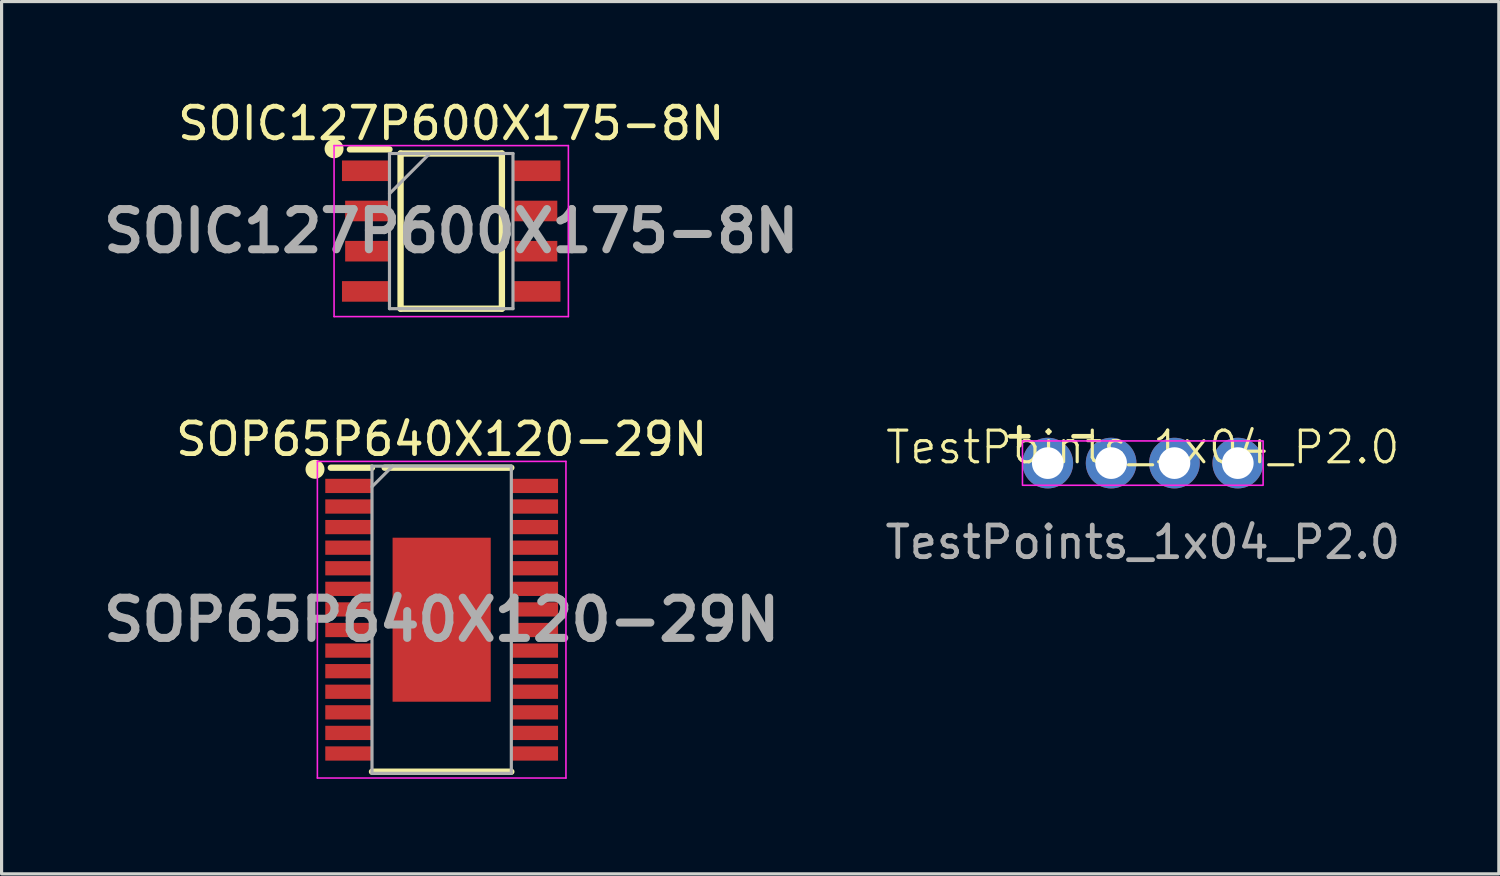
<source format=kicad_pcb>
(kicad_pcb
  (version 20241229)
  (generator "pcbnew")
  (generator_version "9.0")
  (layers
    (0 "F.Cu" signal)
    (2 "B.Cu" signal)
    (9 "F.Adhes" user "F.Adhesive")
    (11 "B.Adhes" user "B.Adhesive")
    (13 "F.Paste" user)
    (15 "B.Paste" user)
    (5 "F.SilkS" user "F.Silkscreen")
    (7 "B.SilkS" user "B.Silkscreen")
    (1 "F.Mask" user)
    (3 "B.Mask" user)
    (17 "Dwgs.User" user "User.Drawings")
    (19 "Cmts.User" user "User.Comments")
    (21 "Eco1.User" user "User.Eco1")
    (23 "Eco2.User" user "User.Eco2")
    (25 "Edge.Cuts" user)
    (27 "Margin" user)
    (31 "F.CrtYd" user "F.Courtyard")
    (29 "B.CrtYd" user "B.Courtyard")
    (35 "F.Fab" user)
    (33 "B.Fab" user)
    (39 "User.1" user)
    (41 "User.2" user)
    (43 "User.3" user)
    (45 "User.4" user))
  (footprint "SOP65P640X120-29N"
    (layer "F.Cu")
    (at 10.898 16.521)
    (property "Reference" "SOP65P640X120-29N" (at 0 -5.7 0) (layer "F.SilkS") (effects (font (size 1 1) (thickness 0.15))))
    (attr smd)
    (fp_line (start -3.5 -4.8) (end -2.2 -4.8) (stroke (width 0.2) (type solid)) (layer "F.SilkS"))
    (fp_line (start -2.2 4.8) (end 2.2 4.8) (stroke (width 0.2) (type solid)) (layer "F.SilkS"))
    (fp_line (start -1.8 -4.8) (end 2.2 -4.8) (stroke (width 0.2) (type solid)) (layer "F.SilkS"))
    (fp_circle (center -4 -4.75) (end -3.7 -4.75) (stroke (width 0) (type solid)) (fill yes) (layer "F.SilkS"))
    (fp_line (start -3.925 -5) (end 3.925 -5) (stroke (width 0.05) (type solid)) (layer "F.CrtYd"))
    (fp_line (start -3.925 5) (end -3.925 -5) (stroke (width 0.05) (type solid)) (layer "F.CrtYd"))
    (fp_line (start 3.925 -5) (end 3.925 5) (stroke (width 0.05) (type solid)) (layer "F.CrtYd"))
    (fp_line (start 3.925 5) (end -3.925 5) (stroke (width 0.05) (type solid)) (layer "F.CrtYd"))
    (fp_line (start -2.2 -4.85) (end 2.2 -4.85) (stroke (width 0.1) (type solid)) (layer "F.Fab"))
    (fp_line (start -2.2 -4.2) (end -1.55 -4.85) (stroke (width 0.1) (type solid)) (layer "F.Fab"))
    (fp_line (start -2.2 4.85) (end -2.2 -4.85) (stroke (width 0.1) (type solid)) (layer "F.Fab"))
    (fp_line (start 2.2 -4.85) (end 2.2 4.85) (stroke (width 0.1) (type solid)) (layer "F.Fab"))
    (fp_line (start 2.2 4.85) (end -2.2 4.85) (stroke (width 0.1) (type solid)) (layer "F.Fab"))
    (fp_text user "${REFERENCE}" (at 0 0 0) (layer "F.Fab") (effects (font (size 1.27 1.27) (thickness 0.254))))
    (pad "1" smd rect (at -2.938 -4.225 90) (size 0.45 1.475) (layers "F.Cu" "F.Mask" "F.Paste"))
    (pad "2" smd rect (at -2.938 -3.575 90) (size 0.45 1.475) (layers "F.Cu" "F.Mask" "F.Paste"))
    (pad "3" smd rect (at -2.938 -2.925 90) (size 0.45 1.475) (layers "F.Cu" "F.Mask" "F.Paste"))
    (pad "4" smd rect (at -2.938 -2.275 90) (size 0.45 1.475) (layers "F.Cu" "F.Mask" "F.Paste"))
    (pad "5" smd rect (at -2.938 -1.625 90) (size 0.45 1.475) (layers "F.Cu" "F.Mask" "F.Paste"))
    (pad "6" smd rect (at -2.938 -0.975 90) (size 0.45 1.475) (layers "F.Cu" "F.Mask" "F.Paste"))
    (pad "7" smd rect (at -2.938 -0.325 90) (size 0.45 1.475) (layers "F.Cu" "F.Mask" "F.Paste"))
    (pad "8" smd rect (at -2.938 0.325 90) (size 0.45 1.475) (layers "F.Cu" "F.Mask" "F.Paste"))
    (pad "9" smd rect (at -2.938 0.975 90) (size 0.45 1.475) (layers "F.Cu" "F.Mask" "F.Paste"))
    (pad "10" smd rect (at -2.938 1.625 90) (size 0.45 1.475) (layers "F.Cu" "F.Mask" "F.Paste"))
    (pad "11" smd rect (at -2.938 2.275 90) (size 0.45 1.475) (layers "F.Cu" "F.Mask" "F.Paste"))
    (pad "12" smd rect (at -2.938 2.925 90) (size 0.45 1.475) (layers "F.Cu" "F.Mask" "F.Paste"))
    (pad "13" smd rect (at -2.938 3.575 90) (size 0.45 1.475) (layers "F.Cu" "F.Mask" "F.Paste"))
    (pad "14" smd rect (at -2.938 4.225 90) (size 0.45 1.475) (layers "F.Cu" "F.Mask" "F.Paste"))
    (pad "15" smd rect (at 2.938 4.225 90) (size 0.45 1.475) (layers "F.Cu" "F.Mask" "F.Paste"))
    (pad "16" smd rect (at 2.938 3.575 90) (size 0.45 1.475) (layers "F.Cu" "F.Mask" "F.Paste"))
    (pad "17" smd rect (at 2.938 2.925 90) (size 0.45 1.475) (layers "F.Cu" "F.Mask" "F.Paste"))
    (pad "18" smd rect (at 2.938 2.275 90) (size 0.45 1.475) (layers "F.Cu" "F.Mask" "F.Paste"))
    (pad "19" smd rect (at 2.938 1.625 90) (size 0.45 1.475) (layers "F.Cu" "F.Mask" "F.Paste"))
    (pad "20" smd rect (at 2.938 0.975 90) (size 0.45 1.475) (layers "F.Cu" "F.Mask" "F.Paste"))
    (pad "21" smd rect (at 2.938 0.325 90) (size 0.45 1.475) (layers "F.Cu" "F.Mask" "F.Paste"))
    (pad "22" smd rect (at 2.938 -0.325 90) (size 0.45 1.475) (layers "F.Cu" "F.Mask" "F.Paste"))
    (pad "23" smd rect (at 2.938 -0.975 90) (size 0.45 1.475) (layers "F.Cu" "F.Mask" "F.Paste"))
    (pad "24" smd rect (at 2.938 -1.625 90) (size 0.45 1.475) (layers "F.Cu" "F.Mask" "F.Paste"))
    (pad "25" smd rect (at 2.938 -2.275 90) (size 0.45 1.475) (layers "F.Cu" "F.Mask" "F.Paste"))
    (pad "26" smd rect (at 2.938 -2.925 90) (size 0.45 1.475) (layers "F.Cu" "F.Mask" "F.Paste"))
    (pad "27" smd rect (at 2.938 -3.575 90) (size 0.45 1.475) (layers "F.Cu" "F.Mask" "F.Paste"))
    (pad "28" smd rect (at 2.938 -4.225 90) (size 0.45 1.475) (layers "F.Cu" "F.Mask" "F.Paste"))
    (pad "29" smd rect (at 0 0) (size 3.1 5.18) (layers "F.Cu" "F.Mask" "F.Paste")))
  (footprint "SOIC127P600X175-8N"
    (layer "F.Cu")
    (at 11.2 4.248)
    (property "Reference" "SOIC127P600X175-8N" (at 0 -3.4 0) (layer "F.SilkS") (effects (font (size 1 1) (thickness 0.15))))
    (attr smd)
    (fp_line (start -3.2 -2.58) (end -1.95 -2.58) (stroke (width 0.2) (type solid)) (layer "F.SilkS"))
    (fp_line (start -1.6 -2.45) (end 1.6 -2.45) (stroke (width 0.2) (type solid)) (layer "F.SilkS"))
    (fp_line (start -1.6 2.45) (end -1.6 -2.45) (stroke (width 0.2) (type solid)) (layer "F.SilkS"))
    (fp_line (start 1.6 -2.45) (end 1.6 2.45) (stroke (width 0.2) (type solid)) (layer "F.SilkS"))
    (fp_line (start 1.6 2.45) (end -1.6 2.45) (stroke (width 0.2) (type solid)) (layer "F.SilkS"))
    (fp_circle (center -3.7 -2.6) (end -3.4 -2.6) (stroke (width 0) (type solid)) (fill yes) (layer "F.SilkS"))
    (fp_line (start -3.7 -2.7) (end 3.7 -2.7) (stroke (width 0.05) (type solid)) (layer "F.CrtYd"))
    (fp_line (start -3.7 2.7) (end -3.7 -2.7) (stroke (width 0.05) (type solid)) (layer "F.CrtYd"))
    (fp_line (start 3.7 -2.7) (end 3.7 2.7) (stroke (width 0.05) (type solid)) (layer "F.CrtYd"))
    (fp_line (start 3.7 2.7) (end -3.7 2.7) (stroke (width 0.05) (type solid)) (layer "F.CrtYd"))
    (fp_line (start -1.95 -2.45) (end 1.95 -2.45) (stroke (width 0.1) (type solid)) (layer "F.Fab"))
    (fp_line (start -1.95 -1.18) (end -0.68 -2.45) (stroke (width 0.1) (type solid)) (layer "F.Fab"))
    (fp_line (start -1.95 2.45) (end -1.95 -2.45) (stroke (width 0.1) (type solid)) (layer "F.Fab"))
    (fp_line (start 1.95 -2.45) (end 1.95 2.45) (stroke (width 0.1) (type solid)) (layer "F.Fab"))
    (fp_line (start 1.95 2.45) (end -1.95 2.45) (stroke (width 0.1) (type solid)) (layer "F.Fab"))
    (fp_text user "${REFERENCE}" (at 0 0 0) (layer "F.Fab") (effects (font (size 1.27 1.27) (thickness 0.254))))
    (pad "1" smd rect (at -2.7 -1.905 90) (size 0.65 1.5) (layers "F.Cu" "F.Mask" "F.Paste"))
    (pad "2" smd rect (at -2.65 -0.635 90) (size 0.65 1.4) (layers "F.Cu" "F.Mask" "F.Paste"))
    (pad "3" smd rect (at -2.65 0.635 90) (size 0.65 1.4) (layers "F.Cu" "F.Mask" "F.Paste"))
    (pad "4" smd rect (at -2.7 1.905 90) (size 0.65 1.5) (layers "F.Cu" "F.Mask" "F.Paste"))
    (pad "5" smd rect (at 2.7 1.905 90) (size 0.65 1.5) (layers "F.Cu" "F.Mask" "F.Paste"))
    (pad "6" smd rect (at 2.65 0.635 90) (size 0.65 1.4) (layers "F.Cu" "F.Mask" "F.Paste"))
    (pad "7" smd rect (at 2.65 -0.635 90) (size 0.65 1.4) (layers "F.Cu" "F.Mask" "F.Paste"))
    (pad "8" smd rect (at 2.7 -1.905 90) (size 0.65 1.5) (layers "F.Cu" "F.Mask" "F.Paste")))
  (footprint "TestPoints_1x04_P2.0"
    (layer "F.Cu")
    (at 33.04 11.575)
    (property "Reference" "TestPoints_1x04_P2.0" (at 0 -0.5 0) (unlocked yes) (layer "F.SilkS") (effects (font (size 1 1) (thickness 0.1))))
    (attr smd)
    (fp_rect (start -3.8 -0.7) (end 3.8 0.7) (stroke (width 0.05) (type default)) (fill no) (layer "F.CrtYd"))
    (fp_text user "-" (at -1.9 -0.9 0) (unlocked yes) (layer "F.SilkS") (effects (font (size 0.75 0.75) (thickness 0.15))))
    (fp_text user "+" (at -3.9 -0.9 0) (unlocked yes) (layer "F.SilkS") (effects (font (size 0.75 0.75) (thickness 0.15))))
    (fp_text user "${REFERENCE}" (at 0 2.5 0) (unlocked yes) (layer "F.Fab") (effects (font (size 1 1) (thickness 0.15))))
    (pad "1" thru_hole circle (at -3 0) (size 1.6 1.6) (drill 1) (layers "*.Cu" "*.Mask"))
    (pad "2" thru_hole circle (at -1 0) (size 1.6 1.6) (drill 1) (layers "*.Cu" "*.Mask"))
    (pad "3" thru_hole circle (at 1 0) (size 1.6 1.6) (drill 1) (layers "*.Cu" "*.Mask"))
    (pad "4" thru_hole circle (at 3 0) (size 1.6 1.6) (drill 1) (layers "*.Cu" "*.Mask")))
  (gr_rect
    (start -3 -3)
    (end 44.284 24.547)
    (stroke (width 0.1) (type default))
    (fill no)
    (layer "Edge.Cuts")))
</source>
